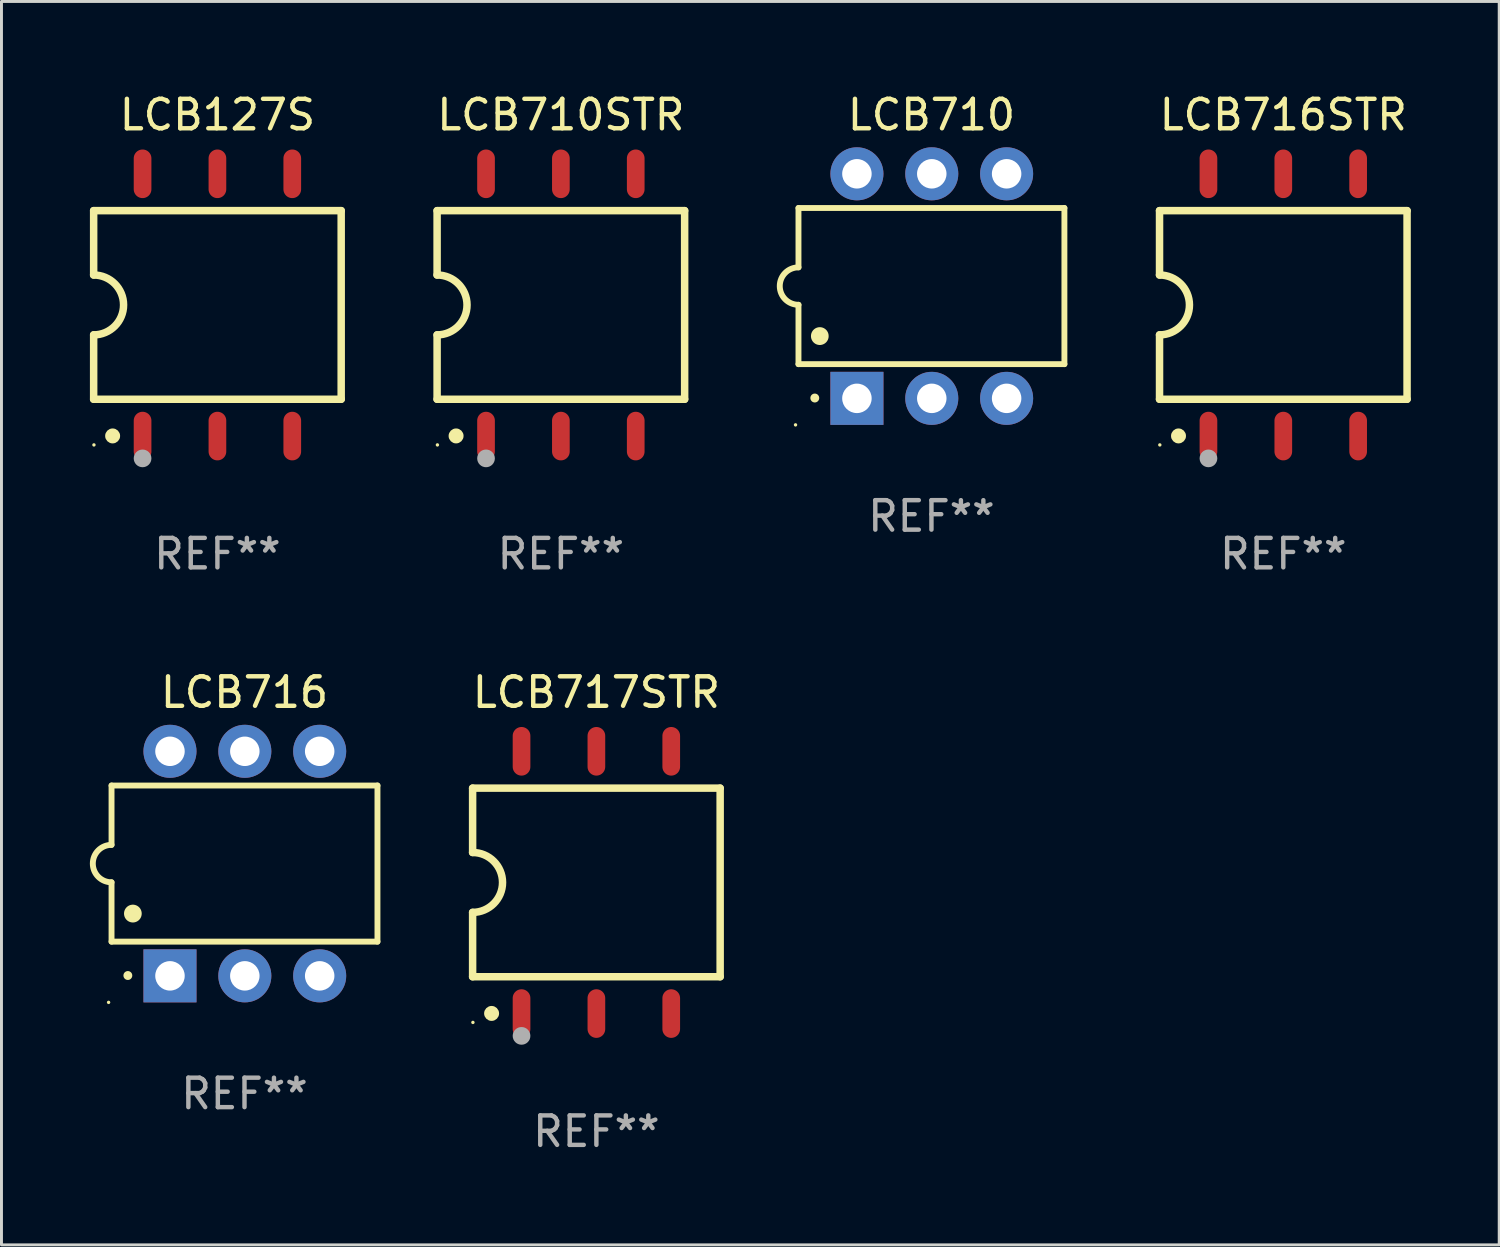
<source format=kicad_pcb>
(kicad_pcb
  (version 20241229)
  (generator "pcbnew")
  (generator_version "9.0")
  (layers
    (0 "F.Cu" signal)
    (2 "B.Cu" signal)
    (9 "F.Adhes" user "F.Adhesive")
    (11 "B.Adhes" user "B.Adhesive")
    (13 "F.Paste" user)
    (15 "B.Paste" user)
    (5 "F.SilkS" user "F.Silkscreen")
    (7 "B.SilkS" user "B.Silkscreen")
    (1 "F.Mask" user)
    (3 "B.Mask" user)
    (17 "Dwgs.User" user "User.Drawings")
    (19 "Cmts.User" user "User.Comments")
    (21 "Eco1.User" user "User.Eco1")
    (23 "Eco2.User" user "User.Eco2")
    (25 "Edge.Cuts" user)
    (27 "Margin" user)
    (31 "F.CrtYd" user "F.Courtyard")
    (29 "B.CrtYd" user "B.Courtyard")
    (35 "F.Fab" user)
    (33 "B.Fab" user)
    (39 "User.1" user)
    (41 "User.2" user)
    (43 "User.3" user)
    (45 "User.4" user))
  (footprint "LCB710"
    (layer "F.Cu")
    (at 28.558 6.658)
    (property "Reference" "LCB710" (at 0 -5.81 0) (layer "F.SilkS") (effects (font (size 1 1) (thickness 0.15))))
    (attr through_hole)
    (fp_line (start -4.512 -2.649) (end 4.512 -2.649) (stroke (width 0.2) (type solid)) (layer "F.SilkS"))
    (fp_line (start -4.512 -0.635) (end -4.512 -2.649) (stroke (width 0.2) (type solid)) (layer "F.SilkS"))
    (fp_line (start -4.512 2.649) (end -4.512 0.635) (stroke (width 0.2) (type solid)) (layer "F.SilkS"))
    (fp_line (start 4.512 -2.649) (end 4.512 2.649) (stroke (width 0.2) (type solid)) (layer "F.SilkS"))
    (fp_line (start 4.512 2.649) (end -4.512 2.649) (stroke (width 0.2) (type solid)) (layer "F.SilkS"))
    (fp_arc (start -4.512319 0.635001) (mid -5.14732 0) (end -4.512319 -0.635001) (stroke (width 0.2) (type solid)) (layer "F.SilkS"))
    (fp_arc (start -3.958598 3.799848) (mid -3.958603 3.798578) (end -3.958598 3.797308) (stroke (width 0.3) (type solid)) (layer "F.SilkS"))
    (fp_arc (start -3.788418 1.699263) (mid -3.788429 1.696723) (end -3.788418 1.694183) (stroke (width 0.6) (type solid)) (layer "F.SilkS"))
    (fp_circle (center -4.612 4.71) (end -4.582 4.71) (stroke (width 0.06) (type solid)) (fill no) (layer "F.SilkS"))
    (fp_text user "REF**" (at 0 7.81 0) (layer "F.Fab") (effects (font (size 1 1) (thickness 0.15))))
    (pad "1" thru_hole rect (at -2.529 3.81 90) (size 1.8 1.8) (drill 1) (layers "*.Cu" "*.Mask"))
    (pad "2" thru_hole circle (at 0.011 3.81) (size 1.8 1.8) (drill 1) (layers "*.Cu" "*.Mask"))
    (pad "3" thru_hole circle (at 2.551 3.81) (size 1.8 1.8) (drill 1) (layers "*.Cu" "*.Mask"))
    (pad "4" thru_hole circle (at 2.551 -3.81) (size 1.8 1.8) (drill 1) (layers "*.Cu" "*.Mask"))
    (pad "5" thru_hole circle (at 0.011 -3.81) (size 1.8 1.8) (drill 1) (layers "*.Cu" "*.Mask"))
    (pad "6" thru_hole circle (at -2.529 -3.81) (size 1.8 1.8) (drill 1) (layers "*.Cu" "*.Mask")))
  (footprint "LCB717STR"
    (layer "F.Cu")
    (at 17.188 26.895)
    (property "Reference" "LCB717STR" (at 0 -6.45 0) (layer "F.SilkS") (effects (font (size 1 1) (thickness 0.15))))
    (attr through_hole)
    (fp_line (start -4.2 -3.2) (end -4.2 -1.016) (stroke (width 0.254) (type solid)) (layer "F.SilkS"))
    (fp_line (start -4.2 -3.2) (end 4.2 -3.2) (stroke (width 0.254) (type solid)) (layer "F.SilkS"))
    (fp_line (start -4.2 3.2) (end -4.2 1.016) (stroke (width 0.254) (type solid)) (layer "F.SilkS"))
    (fp_line (start 4.2 -3.2) (end 4.2 3.2) (stroke (width 0.254) (type solid)) (layer "F.SilkS"))
    (fp_line (start 4.2 3.2) (end -4.2 3.2) (stroke (width 0.254) (type solid)) (layer "F.SilkS"))
    (fp_arc (start -4.201169 -1.016003) (mid -3.185166 -0.000585) (end -4.2 1.016002) (stroke (width 0.254001) (type solid)) (layer "F.SilkS"))
    (fp_circle (center -4.19 4.75) (end -4.16 4.75) (stroke (width 0.06) (type solid)) (fill no) (layer "F.SilkS"))
    (fp_circle (center -3.556 4.445) (end -3.429 4.445) (stroke (width 0.254) (type solid)) (fill no) (layer "F.SilkS"))
    (fp_circle (center -2.54 5.207) (end -2.39 5.207) (stroke (width 0.3) (type solid)) (fill no) (layer "F.Fab"))
    (fp_text user "REF**" (at 0 8.45 0) (layer "F.Fab") (effects (font (size 1 1) (thickness 0.15))))
    (pad "1" smd oval (at -2.54 4.45 90) (size 1.65 0.6) (layers "F.Cu" "F.Mask" "F.Paste"))
    (pad "2" smd oval (at 0 4.45 90) (size 1.65 0.6) (layers "F.Cu" "F.Mask" "F.Paste"))
    (pad "3" smd oval (at 2.54 4.45 90) (size 1.65 0.6) (layers "F.Cu" "F.Mask" "F.Paste"))
    (pad "4" smd oval (at 2.54 -4.45 90) (size 1.65 0.6) (layers "F.Cu" "F.Mask" "F.Paste"))
    (pad "5" smd oval (at 0 -4.45 90) (size 1.65 0.6) (layers "F.Cu" "F.Mask" "F.Paste"))
    (pad "6" smd oval (at -2.54 -4.45 90) (size 1.65 0.6) (layers "F.Cu" "F.Mask" "F.Paste")))
  (footprint "LCB127S"
    (layer "F.Cu")
    (at 4.328 7.298)
    (property "Reference" "LCB127S" (at 0 -6.45 0) (layer "F.SilkS") (effects (font (size 1 1) (thickness 0.15))))
    (attr through_hole)
    (fp_line (start -4.2 -3.2) (end -4.2 -1.016) (stroke (width 0.254) (type solid)) (layer "F.SilkS"))
    (fp_line (start -4.2 -3.2) (end 4.2 -3.2) (stroke (width 0.254) (type solid)) (layer "F.SilkS"))
    (fp_line (start -4.2 3.2) (end -4.2 1.016) (stroke (width 0.254) (type solid)) (layer "F.SilkS"))
    (fp_line (start 4.2 -3.2) (end 4.2 3.2) (stroke (width 0.254) (type solid)) (layer "F.SilkS"))
    (fp_line (start 4.2 3.2) (end -4.2 3.2) (stroke (width 0.254) (type solid)) (layer "F.SilkS"))
    (fp_arc (start -4.201169 -1.016003) (mid -3.185166 -0.000585) (end -4.2 1.016002) (stroke (width 0.254001) (type solid)) (layer "F.SilkS"))
    (fp_circle (center -4.19 4.75) (end -4.16 4.75) (stroke (width 0.06) (type solid)) (fill no) (layer "F.SilkS"))
    (fp_circle (center -3.556 4.445) (end -3.429 4.445) (stroke (width 0.254) (type solid)) (fill no) (layer "F.SilkS"))
    (fp_circle (center -2.54 5.207) (end -2.39 5.207) (stroke (width 0.3) (type solid)) (fill no) (layer "F.Fab"))
    (fp_text user "REF**" (at 0 8.45 0) (layer "F.Fab") (effects (font (size 1 1) (thickness 0.15))))
    (pad "1" smd oval (at -2.54 4.45 90) (size 1.65 0.6) (layers "F.Cu" "F.Mask" "F.Paste"))
    (pad "2" smd oval (at 0 4.45 90) (size 1.65 0.6) (layers "F.Cu" "F.Mask" "F.Paste"))
    (pad "3" smd oval (at 2.54 4.45 90) (size 1.65 0.6) (layers "F.Cu" "F.Mask" "F.Paste"))
    (pad "4" smd oval (at 2.54 -4.45 90) (size 1.65 0.6) (layers "F.Cu" "F.Mask" "F.Paste"))
    (pad "5" smd oval (at 0 -4.45 90) (size 1.65 0.6) (layers "F.Cu" "F.Mask" "F.Paste"))
    (pad "6" smd oval (at -2.54 -4.45 90) (size 1.65 0.6) (layers "F.Cu" "F.Mask" "F.Paste")))
  (footprint "LCB710STR"
    (layer "F.Cu")
    (at 15.983 7.298)
    (property "Reference" "LCB710STR" (at 0 -6.45 0) (layer "F.SilkS") (effects (font (size 1 1) (thickness 0.15))))
    (attr through_hole)
    (fp_line (start -4.2 -3.2) (end -4.2 -1.016) (stroke (width 0.254) (type solid)) (layer "F.SilkS"))
    (fp_line (start -4.2 -3.2) (end 4.2 -3.2) (stroke (width 0.254) (type solid)) (layer "F.SilkS"))
    (fp_line (start -4.2 3.2) (end -4.2 1.016) (stroke (width 0.254) (type solid)) (layer "F.SilkS"))
    (fp_line (start 4.2 -3.2) (end 4.2 3.2) (stroke (width 0.254) (type solid)) (layer "F.SilkS"))
    (fp_line (start 4.2 3.2) (end -4.2 3.2) (stroke (width 0.254) (type solid)) (layer "F.SilkS"))
    (fp_arc (start -4.201169 -1.016003) (mid -3.185166 -0.000585) (end -4.2 1.016002) (stroke (width 0.254001) (type solid)) (layer "F.SilkS"))
    (fp_circle (center -4.19 4.75) (end -4.16 4.75) (stroke (width 0.06) (type solid)) (fill no) (layer "F.SilkS"))
    (fp_circle (center -3.556 4.445) (end -3.429 4.445) (stroke (width 0.254) (type solid)) (fill no) (layer "F.SilkS"))
    (fp_circle (center -2.54 5.207) (end -2.39 5.207) (stroke (width 0.3) (type solid)) (fill no) (layer "F.Fab"))
    (fp_text user "REF**" (at 0 8.45 0) (layer "F.Fab") (effects (font (size 1 1) (thickness 0.15))))
    (pad "1" smd oval (at -2.54 4.45 90) (size 1.65 0.6) (layers "F.Cu" "F.Mask" "F.Paste"))
    (pad "2" smd oval (at 0 4.45 90) (size 1.65 0.6) (layers "F.Cu" "F.Mask" "F.Paste"))
    (pad "3" smd oval (at 2.54 4.45 90) (size 1.65 0.6) (layers "F.Cu" "F.Mask" "F.Paste"))
    (pad "4" smd oval (at 2.54 -4.45 90) (size 1.65 0.6) (layers "F.Cu" "F.Mask" "F.Paste"))
    (pad "5" smd oval (at 0 -4.45 90) (size 1.65 0.6) (layers "F.Cu" "F.Mask" "F.Paste"))
    (pad "6" smd oval (at -2.54 -4.45 90) (size 1.65 0.6) (layers "F.Cu" "F.Mask" "F.Paste")))
  (footprint "LCB716STR"
    (layer "F.Cu")
    (at 40.498 7.298)
    (property "Reference" "LCB716STR" (at 0 -6.45 0) (layer "F.SilkS") (effects (font (size 1 1) (thickness 0.15))))
    (attr through_hole)
    (fp_line (start -4.2 -3.2) (end -4.2 -1.016) (stroke (width 0.254) (type solid)) (layer "F.SilkS"))
    (fp_line (start -4.2 -3.2) (end 4.2 -3.2) (stroke (width 0.254) (type solid)) (layer "F.SilkS"))
    (fp_line (start -4.2 3.2) (end -4.2 1.016) (stroke (width 0.254) (type solid)) (layer "F.SilkS"))
    (fp_line (start 4.2 -3.2) (end 4.2 3.2) (stroke (width 0.254) (type solid)) (layer "F.SilkS"))
    (fp_line (start 4.2 3.2) (end -4.2 3.2) (stroke (width 0.254) (type solid)) (layer "F.SilkS"))
    (fp_arc (start -4.201169 -1.016003) (mid -3.185166 -0.000585) (end -4.2 1.016002) (stroke (width 0.254001) (type solid)) (layer "F.SilkS"))
    (fp_circle (center -4.19 4.75) (end -4.16 4.75) (stroke (width 0.06) (type solid)) (fill no) (layer "F.SilkS"))
    (fp_circle (center -3.556 4.445) (end -3.429 4.445) (stroke (width 0.254) (type solid)) (fill no) (layer "F.SilkS"))
    (fp_circle (center -2.54 5.207) (end -2.39 5.207) (stroke (width 0.3) (type solid)) (fill no) (layer "F.Fab"))
    (fp_text user "REF**" (at 0 8.45 0) (layer "F.Fab") (effects (font (size 1 1) (thickness 0.15))))
    (pad "1" smd oval (at -2.54 4.45 90) (size 1.65 0.6) (layers "F.Cu" "F.Mask" "F.Paste"))
    (pad "2" smd oval (at 0 4.45 90) (size 1.65 0.6) (layers "F.Cu" "F.Mask" "F.Paste"))
    (pad "3" smd oval (at 2.54 4.45 90) (size 1.65 0.6) (layers "F.Cu" "F.Mask" "F.Paste"))
    (pad "4" smd oval (at 2.54 -4.45 90) (size 1.65 0.6) (layers "F.Cu" "F.Mask" "F.Paste"))
    (pad "5" smd oval (at 0 -4.45 90) (size 1.65 0.6) (layers "F.Cu" "F.Mask" "F.Paste"))
    (pad "6" smd oval (at -2.54 -4.45 90) (size 1.65 0.6) (layers "F.Cu" "F.Mask" "F.Paste")))
  (footprint "LCB716"
    (layer "F.Cu")
    (at 5.247 26.255)
    (property "Reference" "LCB716" (at 0 -5.81 0) (layer "F.SilkS") (effects (font (size 1 1) (thickness 0.15))))
    (attr through_hole)
    (fp_line (start -4.512 -2.649) (end 4.512 -2.649) (stroke (width 0.2) (type solid)) (layer "F.SilkS"))
    (fp_line (start -4.512 -0.635) (end -4.512 -2.649) (stroke (width 0.2) (type solid)) (layer "F.SilkS"))
    (fp_line (start -4.512 2.649) (end -4.512 0.635) (stroke (width 0.2) (type solid)) (layer "F.SilkS"))
    (fp_line (start 4.512 -2.649) (end 4.512 2.649) (stroke (width 0.2) (type solid)) (layer "F.SilkS"))
    (fp_line (start 4.512 2.649) (end -4.512 2.649) (stroke (width 0.2) (type solid)) (layer "F.SilkS"))
    (fp_arc (start -4.512319 0.635001) (mid -5.14732 0) (end -4.512319 -0.635001) (stroke (width 0.2) (type solid)) (layer "F.SilkS"))
    (fp_arc (start -3.958598 3.799848) (mid -3.958603 3.798578) (end -3.958598 3.797308) (stroke (width 0.3) (type solid)) (layer "F.SilkS"))
    (fp_arc (start -3.788418 1.699263) (mid -3.788429 1.696723) (end -3.788418 1.694183) (stroke (width 0.6) (type solid)) (layer "F.SilkS"))
    (fp_circle (center -4.612 4.71) (end -4.582 4.71) (stroke (width 0.06) (type solid)) (fill no) (layer "F.SilkS"))
    (fp_text user "REF**" (at 0 7.81 0) (layer "F.Fab") (effects (font (size 1 1) (thickness 0.15))))
    (pad "1" thru_hole rect (at -2.529 3.81 90) (size 1.8 1.8) (drill 1) (layers "*.Cu" "*.Mask"))
    (pad "2" thru_hole circle (at 0.011 3.81) (size 1.8 1.8) (drill 1) (layers "*.Cu" "*.Mask"))
    (pad "3" thru_hole circle (at 2.551 3.81) (size 1.8 1.8) (drill 1) (layers "*.Cu" "*.Mask"))
    (pad "4" thru_hole circle (at 2.551 -3.81) (size 1.8 1.8) (drill 1) (layers "*.Cu" "*.Mask"))
    (pad "5" thru_hole circle (at 0.011 -3.81) (size 1.8 1.8) (drill 1) (layers "*.Cu" "*.Mask"))
    (pad "6" thru_hole circle (at -2.529 -3.81) (size 1.8 1.8) (drill 1) (layers "*.Cu" "*.Mask")))
  (gr_rect
    (start -3 -3)
    (end 47.825 39.193)
    (stroke (width 0.1) (type default))
    (fill no)
    (layer "Edge.Cuts")))
</source>
